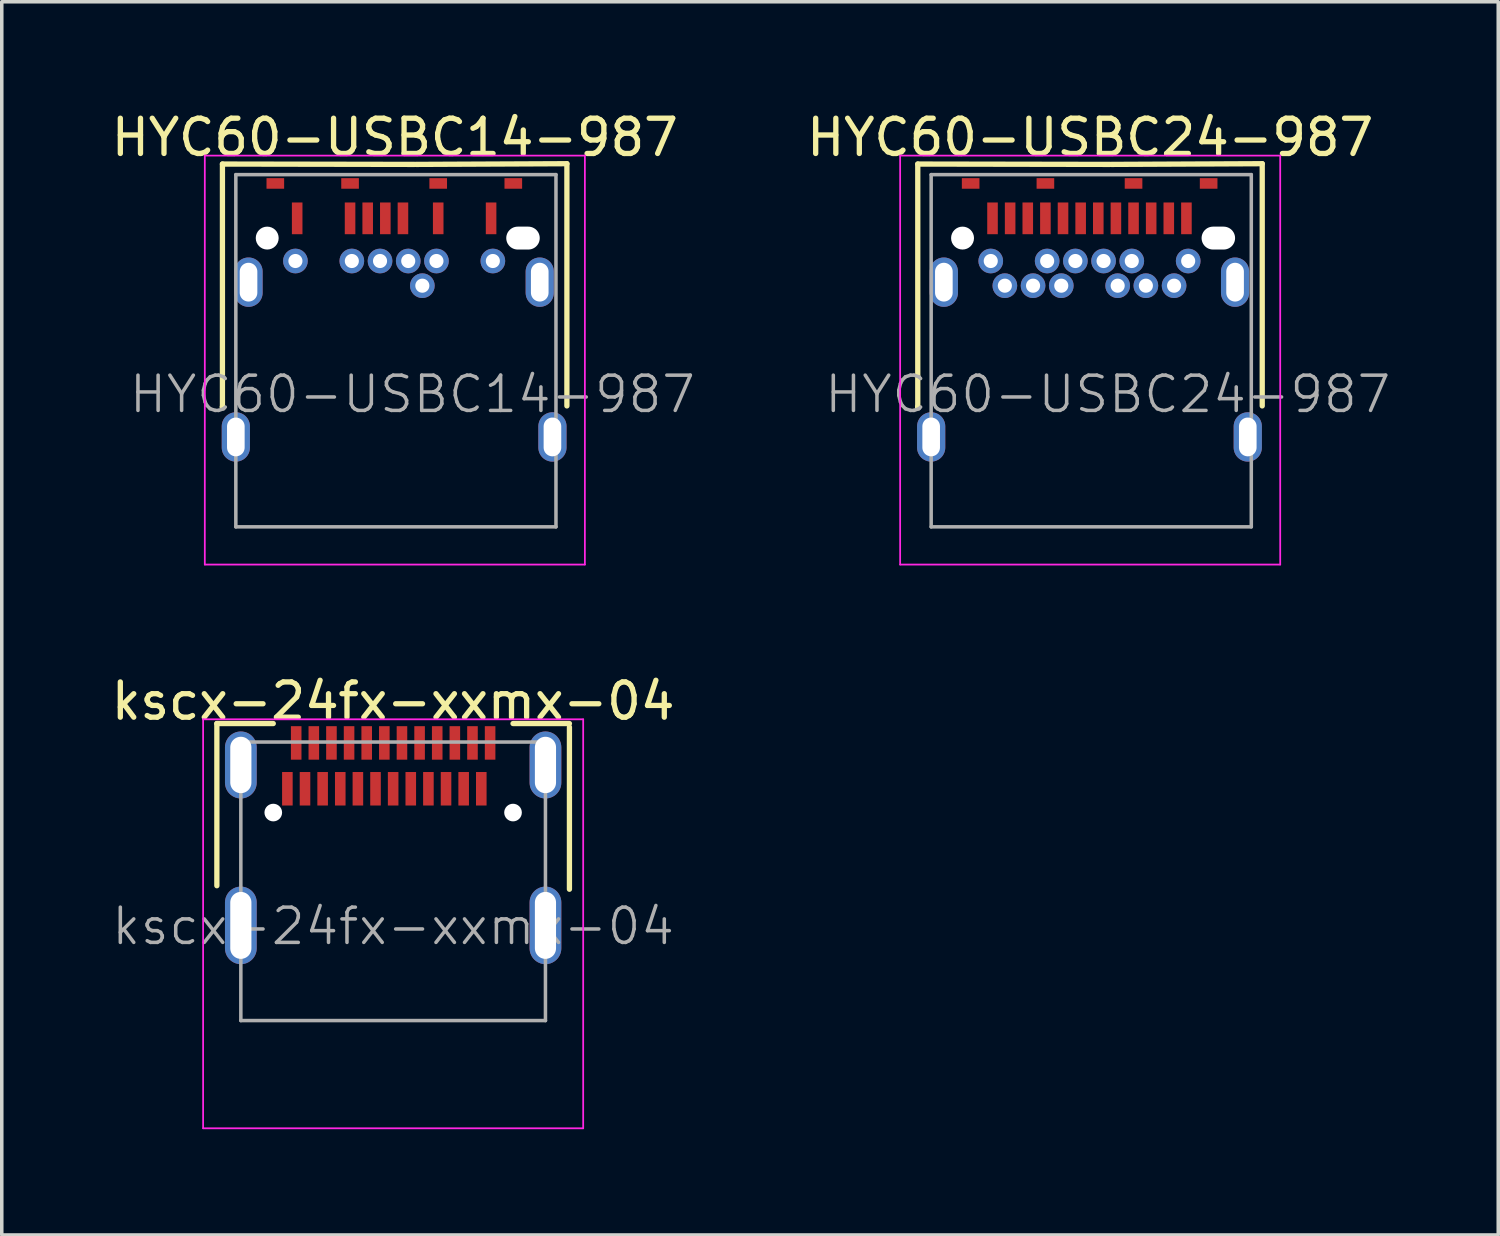
<source format=kicad_pcb>
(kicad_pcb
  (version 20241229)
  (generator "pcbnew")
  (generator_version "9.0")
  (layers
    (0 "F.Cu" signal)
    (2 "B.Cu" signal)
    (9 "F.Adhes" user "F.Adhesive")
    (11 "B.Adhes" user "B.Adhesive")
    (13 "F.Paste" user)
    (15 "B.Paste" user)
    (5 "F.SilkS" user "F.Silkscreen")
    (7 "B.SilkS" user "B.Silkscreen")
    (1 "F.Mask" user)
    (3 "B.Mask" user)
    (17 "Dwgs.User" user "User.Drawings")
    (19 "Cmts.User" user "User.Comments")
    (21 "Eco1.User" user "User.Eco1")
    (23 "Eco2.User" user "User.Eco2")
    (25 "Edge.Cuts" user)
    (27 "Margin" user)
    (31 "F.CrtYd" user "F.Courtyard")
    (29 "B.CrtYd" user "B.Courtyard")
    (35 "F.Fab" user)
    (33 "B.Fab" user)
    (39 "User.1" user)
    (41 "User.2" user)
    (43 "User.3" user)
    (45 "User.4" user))
  (footprint "HYC60-USBC24-987"
    (layer "F.Cu")
    (at 24.251 3.703)
    (property "Reference" "HYC60-USBC24-987" (at 3.62 -2.855 0) (layer "F.SilkS") (effects (font (size 1 1) (thickness 0.15))))
    (attr smd)
    (fp_line (start -1.27 -2.1) (end -1.27 4.78) (stroke (width 0.15) (type solid)) (layer "F.SilkS"))
    (fp_line (start -1.27 4.78) (end -1.26 4.8) (stroke (width 0.15) (type solid)) (layer "F.SilkS"))
    (fp_line (start -1.27 4.8) (end -1.27 4.81) (stroke (width 0.15) (type solid)) (layer "F.SilkS"))
    (fp_line (start -1.26 4.8) (end -1.27 4.8) (stroke (width 0.15) (type solid)) (layer "F.SilkS"))
    (fp_line (start 4.18 -2.09) (end -1.27 -2.1) (stroke (width 0.15) (type solid)) (layer "F.SilkS"))
    (fp_line (start 4.22 -2.09) (end 8.5 -2.11) (stroke (width 0.15) (type solid)) (layer "F.SilkS"))
    (fp_line (start 8.5 -2.11) (end 8.5 4.76) (stroke (width 0.15) (type solid)) (layer "F.SilkS"))
    (fp_line (start -1.77 -2.34) (end 9.01 -2.34) (stroke (width 0.05) (type solid)) (layer "F.CrtYd"))
    (fp_line (start -1.77 9.26) (end -1.77 -2.34) (stroke (width 0.05) (type solid)) (layer "F.CrtYd"))
    (fp_line (start 9.01 -2.34) (end 9.01 9.26) (stroke (width 0.05) (type solid)) (layer "F.CrtYd"))
    (fp_line (start 9.01 9.26) (end -1.77 9.26) (stroke (width 0.05) (type solid)) (layer "F.CrtYd"))
    (fp_line (start -0.89 -1.8) (end 8.19 -1.8) (stroke (width 0.1) (type solid)) (layer "F.Fab"))
    (fp_line (start -0.89 8.19) (end -0.89 -1.8) (stroke (width 0.1) (type solid)) (layer "F.Fab"))
    (fp_line (start 8.19 -1.8) (end 8.19 8.19) (stroke (width 0.1) (type solid)) (layer "F.Fab"))
    (fp_line (start 8.19 8.19) (end -0.89 8.19) (stroke (width 0.1) (type solid)) (layer "F.Fab"))
    (fp_text user "${REFERENCE}" (at 4.12 4.43 0) (layer "F.Fab") (effects (font (size 1 1) (thickness 0.1))))
    (pad "" np_thru_hole circle (at 0 0) (size 0.65 0.65) (drill 0.65) (layers "*.Cu" "*.Mask"))
    (pad "" np_thru_hole oval (at 7.255 0 90) (size 0.65 0.95) (drill oval 0.65 0.95) (layers "*.Cu" "*.Mask"))
    (pad "A1" smd rect (at 0.85 -0.56) (size 0.3 0.9) (layers "F.Cu" "F.Mask" "F.Paste"))
    (pad "A2" smd rect (at 1.35 -0.56) (size 0.3 0.9) (layers "F.Cu" "F.Mask" "F.Paste"))
    (pad "A3" smd rect (at 1.85 -0.56) (size 0.3 0.9) (layers "F.Cu" "F.Mask" "F.Paste"))
    (pad "A4" smd rect (at 2.35 -0.56) (size 0.3 0.9) (layers "F.Cu" "F.Mask" "F.Paste"))
    (pad "A5" smd rect (at 2.85 -0.56) (size 0.3 0.9) (layers "F.Cu" "F.Mask" "F.Paste"))
    (pad "A6" smd rect (at 3.35 -0.56) (size 0.3 0.9) (layers "F.Cu" "F.Mask" "F.Paste"))
    (pad "A7" smd rect (at 3.85 -0.56) (size 0.3 0.9) (layers "F.Cu" "F.Mask" "F.Paste"))
    (pad "A8" smd rect (at 4.35 -0.56) (size 0.3 0.9) (layers "F.Cu" "F.Mask" "F.Paste"))
    (pad "A9" smd rect (at 4.85 -0.56) (size 0.3 0.9) (layers "F.Cu" "F.Mask" "F.Paste"))
    (pad "A10" smd rect (at 5.35 -0.56) (size 0.3 0.9) (layers "F.Cu" "F.Mask" "F.Paste"))
    (pad "A11" smd rect (at 5.85 -0.56) (size 0.3 0.9) (layers "F.Cu" "F.Mask" "F.Paste"))
    (pad "A12" smd rect (at 6.35 -0.56) (size 0.3 0.9) (layers "F.Cu" "F.Mask" "F.Paste"))
    (pad "B1" thru_hole circle (at 6.4 0.65) (size 0.7 0.7) (drill 0.4) (layers "*.Cu" "*.Mask"))
    (pad "B2" thru_hole circle (at 6 1.35) (size 0.7 0.7) (drill 0.4) (layers "*.Cu" "*.Mask"))
    (pad "B3" thru_hole circle (at 5.2 1.35) (size 0.7 0.7) (drill 0.4) (layers "*.Cu" "*.Mask"))
    (pad "B4" thru_hole circle (at 4.8 0.65) (size 0.7 0.7) (drill 0.4) (layers "*.Cu" "*.Mask"))
    (pad "B5" thru_hole circle (at 4.4 1.35) (size 0.7 0.7) (drill 0.4) (layers "*.Cu" "*.Mask"))
    (pad "B6" thru_hole circle (at 4 0.65) (size 0.7 0.7) (drill 0.4) (layers "*.Cu" "*.Mask"))
    (pad "B7" thru_hole circle (at 3.2 0.65) (size 0.7 0.7) (drill 0.4) (layers "*.Cu" "*.Mask"))
    (pad "B8" thru_hole circle (at 2.8 1.35) (size 0.7 0.7) (drill 0.4) (layers "*.Cu" "*.Mask"))
    (pad "B9" thru_hole circle (at 2.4 0.65) (size 0.7 0.7) (drill 0.4) (layers "*.Cu" "*.Mask"))
    (pad "B10" thru_hole circle (at 2 1.35) (size 0.7 0.7) (drill 0.4) (layers "*.Cu" "*.Mask"))
    (pad "B11" thru_hole circle (at 1.2 1.35) (size 0.7 0.7) (drill 0.4) (layers "*.Cu" "*.Mask"))
    (pad "B12" thru_hole circle (at 0.8 0.65) (size 0.7 0.7) (drill 0.4) (layers "*.Cu" "*.Mask"))
    (pad "S1" thru_hole oval (at -0.89 5.64) (size 0.8 1.4) (drill oval 0.5 1.1) (layers "*.Cu" "*.Mask"))
    (pad "S1" thru_hole oval (at -0.53 1.25) (size 0.8 1.4) (drill oval 0.5 1.1) (layers "*.Cu" "*.Mask"))
    (pad "S1" smd rect (at 0.23 -1.55) (size 0.5 0.3) (layers "F.Cu" "F.Mask" "F.Paste"))
    (pad "S1" smd rect (at 2.35 -1.55) (size 0.5 0.3) (layers "F.Cu" "F.Mask" "F.Paste"))
    (pad "S1" smd rect (at 4.85 -1.55) (size 0.5 0.3) (layers "F.Cu" "F.Mask" "F.Paste"))
    (pad "S1" smd rect (at 6.98 -1.55) (size 0.5 0.3) (layers "F.Cu" "F.Mask" "F.Paste"))
    (pad "S1" thru_hole oval (at 7.73 1.25) (size 0.8 1.4) (drill oval 0.5 1.1) (layers "*.Cu" "*.Mask"))
    (pad "S1" thru_hole oval (at 8.09 5.64) (size 0.8 1.4) (drill oval 0.5 1.1) (layers "*.Cu" "*.Mask")))
  (footprint "kscx-24fx-xxmx-04"
    (layer "F.Cu")
    (at 8.101 18.672)
    (property "Reference" "kscx-24fx-xxmx-04" (at 0 -1.835 0) (layer "F.SilkS") (effects (font (size 1 1) (thickness 0.15))))
    (attr smd)
    (fp_line (start -5 -1.2) (end -5 3.4) (stroke (width 0.15) (type solid)) (layer "F.SilkS"))
    (fp_line (start -3.4 -1.2) (end -5 -1.2) (stroke (width 0.15) (type solid)) (layer "F.SilkS"))
    (fp_line (start 3.4 -1.2) (end 5 -1.2) (stroke (width 0.15) (type solid)) (layer "F.SilkS"))
    (fp_line (start 5 -1.1) (end 5 3.5) (stroke (width 0.15) (type solid)) (layer "F.SilkS"))
    (fp_line (start -5.39 -1.32) (end 5.39 -1.32) (stroke (width 0.05) (type solid)) (layer "F.CrtYd"))
    (fp_line (start -5.39 10.28) (end -5.39 -1.32) (stroke (width 0.05) (type solid)) (layer "F.CrtYd"))
    (fp_line (start 5.39 -1.32) (end 5.39 10.28) (stroke (width 0.05) (type solid)) (layer "F.CrtYd"))
    (fp_line (start 5.39 10.28) (end -5.39 10.28) (stroke (width 0.05) (type solid)) (layer "F.CrtYd"))
    (fp_line (start -4.32 -0.675) (end 4.32 -0.675) (stroke (width 0.1) (type solid)) (layer "F.Fab"))
    (fp_line (start -4.32 7.225) (end -4.32 -0.675) (stroke (width 0.1) (type solid)) (layer "F.Fab"))
    (fp_line (start 4.32 -0.675) (end 4.32 7.225) (stroke (width 0.1) (type solid)) (layer "F.Fab"))
    (fp_line (start 4.32 7.225) (end -4.32 7.225) (stroke (width 0.1) (type solid)) (layer "F.Fab"))
    (fp_text user "${REFERENCE}" (at 0 4.55 0) (layer "F.Fab") (effects (font (size 1 1) (thickness 0.1))))
    (pad "" np_thru_hole circle (at -3.4 1.325) (size 0.5 0.5) (drill 0.5) (layers "*.Cu" "*.Mask"))
    (pad "" np_thru_hole circle (at 3.4 1.325) (size 0.5 0.5) (drill 0.5) (layers "*.Cu" "*.Mask"))
    (pad "A1" smd rect (at -2.75 -0.65) (size 0.3 0.95) (layers "F.Cu" "F.Mask" "F.Paste"))
    (pad "A2" smd rect (at -2.25 -0.65) (size 0.3 0.95) (layers "F.Cu" "F.Mask" "F.Paste"))
    (pad "A3" smd rect (at -1.75 -0.65) (size 0.3 0.95) (layers "F.Cu" "F.Mask" "F.Paste"))
    (pad "A4" smd rect (at -1.25 -0.65) (size 0.3 0.95) (layers "F.Cu" "F.Mask" "F.Paste"))
    (pad "A5" smd rect (at -0.75 -0.65) (size 0.3 0.95) (layers "F.Cu" "F.Mask" "F.Paste"))
    (pad "A6" smd rect (at -0.25 -0.65) (size 0.3 0.95) (layers "F.Cu" "F.Mask" "F.Paste"))
    (pad "A7" smd rect (at 0.25 -0.65) (size 0.3 0.95) (layers "F.Cu" "F.Mask" "F.Paste"))
    (pad "A8" smd rect (at 0.75 -0.65) (size 0.3 0.95) (layers "F.Cu" "F.Mask" "F.Paste"))
    (pad "A9" smd rect (at 1.25 -0.65) (size 0.3 0.95) (layers "F.Cu" "F.Mask" "F.Paste"))
    (pad "A10" smd rect (at 1.75 -0.65) (size 0.3 0.95) (layers "F.Cu" "F.Mask" "F.Paste"))
    (pad "A11" smd rect (at 2.25 -0.65) (size 0.3 0.95) (layers "F.Cu" "F.Mask" "F.Paste"))
    (pad "A12" smd rect (at 2.75 -0.65) (size 0.3 0.95) (layers "F.Cu" "F.Mask" "F.Paste"))
    (pad "B1" smd rect (at 2.5 0.65) (size 0.3 0.95) (layers "F.Cu" "F.Mask" "F.Paste"))
    (pad "B2" smd rect (at 2 0.65) (size 0.3 0.95) (layers "F.Cu" "F.Mask" "F.Paste"))
    (pad "B3" smd rect (at 1.5 0.65) (size 0.3 0.95) (layers "F.Cu" "F.Mask" "F.Paste"))
    (pad "B4" smd rect (at 1 0.65) (size 0.3 0.95) (layers "F.Cu" "F.Mask" "F.Paste"))
    (pad "B5" smd rect (at 0.5 0.65) (size 0.3 0.95) (layers "F.Cu" "F.Mask" "F.Paste"))
    (pad "B6" smd rect (at 0 0.65) (size 0.3 0.95) (layers "F.Cu" "F.Mask" "F.Paste"))
    (pad "B7" smd rect (at -0.5 0.65) (size 0.3 0.95) (layers "F.Cu" "F.Mask" "F.Paste"))
    (pad "B8" smd rect (at -1 0.65) (size 0.3 0.95) (layers "F.Cu" "F.Mask" "F.Paste"))
    (pad "B9" smd rect (at -1.5 0.65) (size 0.3 0.95) (layers "F.Cu" "F.Mask" "F.Paste"))
    (pad "B10" smd rect (at -2 0.65) (size 0.3 0.95) (layers "F.Cu" "F.Mask" "F.Paste"))
    (pad "B11" smd rect (at -2.5 0.65) (size 0.3 0.95) (layers "F.Cu" "F.Mask" "F.Paste"))
    (pad "B12" smd rect (at -3 0.65) (size 0.3 0.95) (layers "F.Cu" "F.Mask" "F.Paste"))
    (pad "S1" thru_hole oval (at -4.32 -0.025) (size 0.9 1.9) (drill oval 0.6 1.6) (layers "*.Cu" "*.Mask"))
    (pad "S1" thru_hole oval (at -4.32 4.525) (size 0.9 2.2) (drill oval 0.6 1.9) (layers "*.Cu" "*.Mask"))
    (pad "S1" thru_hole oval (at 4.32 -0.025) (size 0.9 1.9) (drill oval 0.6 1.6) (layers "*.Cu" "*.Mask"))
    (pad "S1" thru_hole oval (at 4.32 4.525) (size 0.9 2.2) (drill oval 0.6 1.9) (layers "*.Cu" "*.Mask")))
  (footprint "HYC60-USBC14-987"
    (layer "F.Cu")
    (at 4.529 3.703)
    (property "Reference" "HYC60-USBC14-987" (at 3.62 -2.855 0) (layer "F.SilkS") (effects (font (size 1 1) (thickness 0.15))))
    (attr smd)
    (fp_line (start -1.27 -2.1) (end -1.27 4.78) (stroke (width 0.15) (type solid)) (layer "F.SilkS"))
    (fp_line (start -1.27 4.78) (end -1.26 4.8) (stroke (width 0.15) (type solid)) (layer "F.SilkS"))
    (fp_line (start -1.27 4.8) (end -1.27 4.81) (stroke (width 0.15) (type solid)) (layer "F.SilkS"))
    (fp_line (start -1.26 4.8) (end -1.27 4.8) (stroke (width 0.15) (type solid)) (layer "F.SilkS"))
    (fp_line (start 4.18 -2.09) (end -1.27 -2.1) (stroke (width 0.15) (type solid)) (layer "F.SilkS"))
    (fp_line (start 4.22 -2.09) (end 8.5 -2.11) (stroke (width 0.15) (type solid)) (layer "F.SilkS"))
    (fp_line (start 8.5 -2.11) (end 8.5 4.76) (stroke (width 0.15) (type solid)) (layer "F.SilkS"))
    (fp_line (start -1.77 -2.34) (end 9.01 -2.34) (stroke (width 0.05) (type solid)) (layer "F.CrtYd"))
    (fp_line (start -1.77 9.26) (end -1.77 -2.34) (stroke (width 0.05) (type solid)) (layer "F.CrtYd"))
    (fp_line (start 9.01 -2.34) (end 9.01 9.26) (stroke (width 0.05) (type solid)) (layer "F.CrtYd"))
    (fp_line (start 9.01 9.26) (end -1.77 9.26) (stroke (width 0.05) (type solid)) (layer "F.CrtYd"))
    (fp_line (start -0.89 -1.8) (end 8.19 -1.8) (stroke (width 0.1) (type solid)) (layer "F.Fab"))
    (fp_line (start -0.89 8.19) (end -0.89 -1.8) (stroke (width 0.1) (type solid)) (layer "F.Fab"))
    (fp_line (start 8.19 -1.8) (end 8.19 8.19) (stroke (width 0.1) (type solid)) (layer "F.Fab"))
    (fp_line (start 8.19 8.19) (end -0.89 8.19) (stroke (width 0.1) (type solid)) (layer "F.Fab"))
    (fp_text user "${REFERENCE}" (at 4.12 4.43 0) (layer "F.Fab") (effects (font (size 1 1) (thickness 0.1))))
    (pad "" np_thru_hole circle (at 0 0) (size 0.65 0.65) (drill 0.65) (layers "*.Cu" "*.Mask"))
    (pad "" np_thru_hole oval (at 7.255 0 90) (size 0.65 0.95) (drill oval 0.65 0.95) (layers "*.Cu" "*.Mask"))
    (pad "A1" smd rect (at 0.85 -0.56) (size 0.3 0.9) (layers "F.Cu" "F.Mask" "F.Paste"))
    (pad "A4" smd rect (at 2.35 -0.56) (size 0.3 0.9) (layers "F.Cu" "F.Mask" "F.Paste"))
    (pad "A5" smd rect (at 2.85 -0.56) (size 0.3 0.9) (layers "F.Cu" "F.Mask" "F.Paste"))
    (pad "A6" smd rect (at 3.35 -0.56) (size 0.3 0.9) (layers "F.Cu" "F.Mask" "F.Paste"))
    (pad "A7" smd rect (at 3.85 -0.56) (size 0.3 0.9) (layers "F.Cu" "F.Mask" "F.Paste"))
    (pad "A9" smd rect (at 4.85 -0.56) (size 0.3 0.9) (layers "F.Cu" "F.Mask" "F.Paste"))
    (pad "A12" smd rect (at 6.35 -0.56) (size 0.3 0.9) (layers "F.Cu" "F.Mask" "F.Paste"))
    (pad "B1" thru_hole circle (at 6.4 0.65) (size 0.7 0.7) (drill 0.4) (layers "*.Cu" "*.Mask"))
    (pad "B4" thru_hole circle (at 4.8 0.65) (size 0.7 0.7) (drill 0.4) (layers "*.Cu" "*.Mask"))
    (pad "B5" thru_hole circle (at 4.4 1.35) (size 0.7 0.7) (drill 0.4) (layers "*.Cu" "*.Mask"))
    (pad "B6" thru_hole circle (at 4 0.65) (size 0.7 0.7) (drill 0.4) (layers "*.Cu" "*.Mask"))
    (pad "B7" thru_hole circle (at 3.2 0.65) (size 0.7 0.7) (drill 0.4) (layers "*.Cu" "*.Mask"))
    (pad "B9" thru_hole circle (at 2.4 0.65) (size 0.7 0.7) (drill 0.4) (layers "*.Cu" "*.Mask"))
    (pad "B12" thru_hole circle (at 0.8 0.65) (size 0.7 0.7) (drill 0.4) (layers "*.Cu" "*.Mask"))
    (pad "S1" thru_hole oval (at -0.89 5.64) (size 0.8 1.4) (drill oval 0.5 1.1) (layers "*.Cu" "*.Mask"))
    (pad "S1" thru_hole oval (at -0.53 1.25) (size 0.8 1.4) (drill oval 0.5 1.1) (layers "*.Cu" "*.Mask"))
    (pad "S1" smd rect (at 0.23 -1.55) (size 0.5 0.3) (layers "F.Cu" "F.Mask" "F.Paste"))
    (pad "S1" smd rect (at 2.35 -1.55) (size 0.5 0.3) (layers "F.Cu" "F.Mask" "F.Paste"))
    (pad "S1" smd rect (at 4.85 -1.55) (size 0.5 0.3) (layers "F.Cu" "F.Mask" "F.Paste"))
    (pad "S1" smd rect (at 6.98 -1.55) (size 0.5 0.3) (layers "F.Cu" "F.Mask" "F.Paste"))
    (pad "S1" thru_hole oval (at 7.73 1.25) (size 0.8 1.4) (drill oval 0.5 1.1) (layers "*.Cu" "*.Mask"))
    (pad "S1" thru_hole oval (at 8.09 5.64) (size 0.8 1.4) (drill oval 0.5 1.1) (layers "*.Cu" "*.Mask")))
  (gr_rect
    (start -3 -3)
    (end 39.445 31.977)
    (stroke (width 0.1) (type default))
    (fill no)
    (layer "Edge.Cuts")))
</source>
